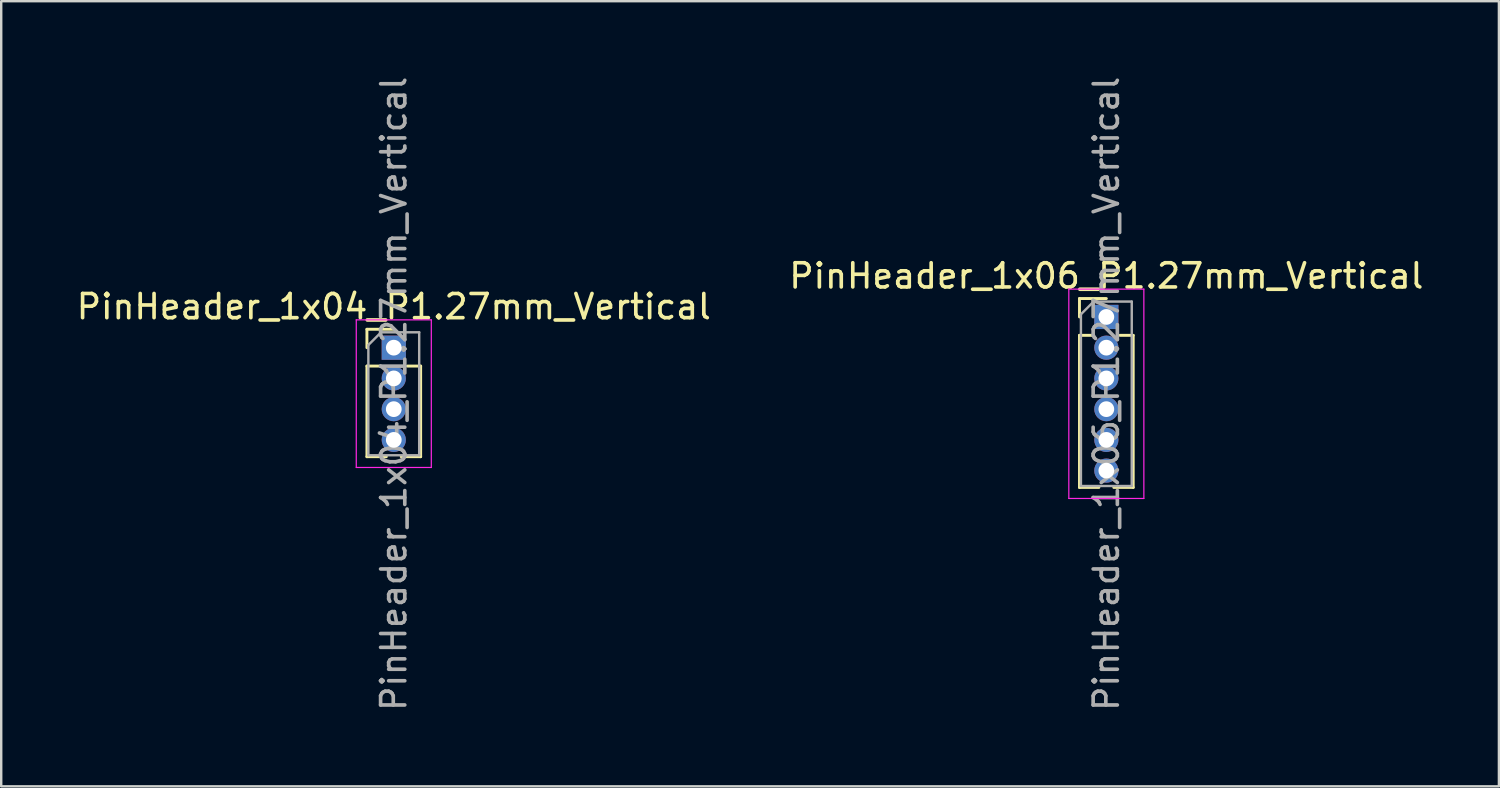
<source format=kicad_pcb>
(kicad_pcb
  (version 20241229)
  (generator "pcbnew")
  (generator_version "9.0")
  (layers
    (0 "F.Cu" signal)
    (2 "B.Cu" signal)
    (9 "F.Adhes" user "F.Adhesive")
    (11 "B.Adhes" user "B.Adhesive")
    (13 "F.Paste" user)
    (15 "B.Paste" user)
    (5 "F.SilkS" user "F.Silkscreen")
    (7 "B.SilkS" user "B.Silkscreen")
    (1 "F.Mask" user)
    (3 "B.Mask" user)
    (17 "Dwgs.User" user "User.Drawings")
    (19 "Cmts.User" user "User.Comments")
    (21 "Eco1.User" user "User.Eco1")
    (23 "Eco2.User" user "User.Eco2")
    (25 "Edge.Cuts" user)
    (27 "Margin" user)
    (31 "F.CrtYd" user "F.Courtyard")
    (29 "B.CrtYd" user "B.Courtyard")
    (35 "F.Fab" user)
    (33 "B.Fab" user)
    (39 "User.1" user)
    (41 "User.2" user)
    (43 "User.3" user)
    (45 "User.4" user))
  (footprint "PinHeader_1x06_P1.27mm_Vertical"
    (layer "F.Cu")
    (at 42.661 10.045)
    (property "Reference" "PinHeader_1x06_P1.27mm_Vertical" (at 0 -1.695 0) (layer "F.SilkS") (effects (font (size 1 1) (thickness 0.15))))
    (attr through_hole)
    (fp_line (start -1.11 -0.76) (end 0 -0.76) (stroke (width 0.12) (type solid)) (layer "F.SilkS"))
    (fp_line (start -1.11 0) (end -1.11 -0.76) (stroke (width 0.12) (type solid)) (layer "F.SilkS"))
    (fp_line (start -1.11 0.76) (end -1.11 7.045) (stroke (width 0.12) (type solid)) (layer "F.SilkS"))
    (fp_line (start -1.11 0.76) (end -0.563 0.76) (stroke (width 0.12) (type solid)) (layer "F.SilkS"))
    (fp_line (start -1.11 7.045) (end -0.308 7.045) (stroke (width 0.12) (type solid)) (layer "F.SilkS"))
    (fp_line (start 0.308 7.045) (end 1.11 7.045) (stroke (width 0.12) (type solid)) (layer "F.SilkS"))
    (fp_line (start 0.563 0.76) (end 1.11 0.76) (stroke (width 0.12) (type solid)) (layer "F.SilkS"))
    (fp_line (start 1.11 0.76) (end 1.11 7.045) (stroke (width 0.12) (type solid)) (layer "F.SilkS"))
    (fp_line (start -1.55 -1.15) (end -1.55 7.5) (stroke (width 0.05) (type solid)) (layer "F.CrtYd"))
    (fp_line (start -1.55 7.5) (end 1.55 7.5) (stroke (width 0.05) (type solid)) (layer "F.CrtYd"))
    (fp_line (start 1.55 -1.15) (end -1.55 -1.15) (stroke (width 0.05) (type solid)) (layer "F.CrtYd"))
    (fp_line (start 1.55 7.5) (end 1.55 -1.15) (stroke (width 0.05) (type solid)) (layer "F.CrtYd"))
    (fp_line (start -1.05 -0.11) (end -0.525 -0.635) (stroke (width 0.1) (type solid)) (layer "F.Fab"))
    (fp_line (start -1.05 6.985) (end -1.05 -0.11) (stroke (width 0.1) (type solid)) (layer "F.Fab"))
    (fp_line (start -0.525 -0.635) (end 1.05 -0.635) (stroke (width 0.1) (type solid)) (layer "F.Fab"))
    (fp_line (start 1.05 -0.635) (end 1.05 6.985) (stroke (width 0.1) (type solid)) (layer "F.Fab"))
    (fp_line (start 1.05 6.985) (end -1.05 6.985) (stroke (width 0.1) (type solid)) (layer "F.Fab"))
    (fp_text user "${REFERENCE}" (at 0 3.175 90) (layer "F.Fab") (effects (font (size 1 1) (thickness 0.15))))
    (pad "1" thru_hole rect (at 0 0) (size 1 1) (drill 0.65) (layers "*.Cu" "*.Mask"))
    (pad "2" thru_hole oval (at 0 1.27) (size 1 1) (drill 0.65) (layers "*.Cu" "*.Mask"))
    (pad "3" thru_hole oval (at 0 2.54) (size 1 1) (drill 0.65) (layers "*.Cu" "*.Mask"))
    (pad "4" thru_hole oval (at 0 3.81) (size 1 1) (drill 0.65) (layers "*.Cu" "*.Mask"))
    (pad "5" thru_hole oval (at 0 5.08) (size 1 1) (drill 0.65) (layers "*.Cu" "*.Mask"))
    (pad "6" thru_hole oval (at 0 6.35) (size 1 1) (drill 0.65) (layers "*.Cu" "*.Mask")))
  (footprint "PinHeader_1x04_P1.27mm_Vertical"
    (layer "F.Cu")
    (at 13.22 11.315)
    (property "Reference" "PinHeader_1x04_P1.27mm_Vertical" (at 0 -1.695 0) (layer "F.SilkS") (effects (font (size 1 1) (thickness 0.15))))
    (attr through_hole)
    (fp_line (start -1.11 -0.76) (end 0 -0.76) (stroke (width 0.12) (type solid)) (layer "F.SilkS"))
    (fp_line (start -1.11 0) (end -1.11 -0.76) (stroke (width 0.12) (type solid)) (layer "F.SilkS"))
    (fp_line (start -1.11 0.76) (end -1.11 4.505) (stroke (width 0.12) (type solid)) (layer "F.SilkS"))
    (fp_line (start -1.11 0.76) (end -0.563 0.76) (stroke (width 0.12) (type solid)) (layer "F.SilkS"))
    (fp_line (start -1.11 4.505) (end -0.308 4.505) (stroke (width 0.12) (type solid)) (layer "F.SilkS"))
    (fp_line (start 0.308 4.505) (end 1.11 4.505) (stroke (width 0.12) (type solid)) (layer "F.SilkS"))
    (fp_line (start 0.563 0.76) (end 1.11 0.76) (stroke (width 0.12) (type solid)) (layer "F.SilkS"))
    (fp_line (start 1.11 0.76) (end 1.11 4.505) (stroke (width 0.12) (type solid)) (layer "F.SilkS"))
    (fp_line (start -1.55 -1.15) (end -1.55 4.95) (stroke (width 0.05) (type solid)) (layer "F.CrtYd"))
    (fp_line (start -1.55 4.95) (end 1.55 4.95) (stroke (width 0.05) (type solid)) (layer "F.CrtYd"))
    (fp_line (start 1.55 -1.15) (end -1.55 -1.15) (stroke (width 0.05) (type solid)) (layer "F.CrtYd"))
    (fp_line (start 1.55 4.95) (end 1.55 -1.15) (stroke (width 0.05) (type solid)) (layer "F.CrtYd"))
    (fp_line (start -1.05 -0.11) (end -0.525 -0.635) (stroke (width 0.1) (type solid)) (layer "F.Fab"))
    (fp_line (start -1.05 4.445) (end -1.05 -0.11) (stroke (width 0.1) (type solid)) (layer "F.Fab"))
    (fp_line (start -0.525 -0.635) (end 1.05 -0.635) (stroke (width 0.1) (type solid)) (layer "F.Fab"))
    (fp_line (start 1.05 -0.635) (end 1.05 4.445) (stroke (width 0.1) (type solid)) (layer "F.Fab"))
    (fp_line (start 1.05 4.445) (end -1.05 4.445) (stroke (width 0.1) (type solid)) (layer "F.Fab"))
    (fp_text user "${REFERENCE}" (at 0 1.905 90) (layer "F.Fab") (effects (font (size 1 1) (thickness 0.15))))
    (pad "1" thru_hole rect (at 0 0) (size 1 1) (drill 0.65) (layers "*.Cu" "*.Mask"))
    (pad "2" thru_hole oval (at 0 1.27) (size 1 1) (drill 0.65) (layers "*.Cu" "*.Mask"))
    (pad "3" thru_hole oval (at 0 2.54) (size 1 1) (drill 0.65) (layers "*.Cu" "*.Mask"))
    (pad "4" thru_hole oval (at 0 3.81) (size 1 1) (drill 0.65) (layers "*.Cu" "*.Mask")))
  (gr_rect
    (start -3 -3)
    (end 58.881 29.44)
    (stroke (width 0.1) (type default))
    (fill no)
    (layer "Edge.Cuts")))
</source>
